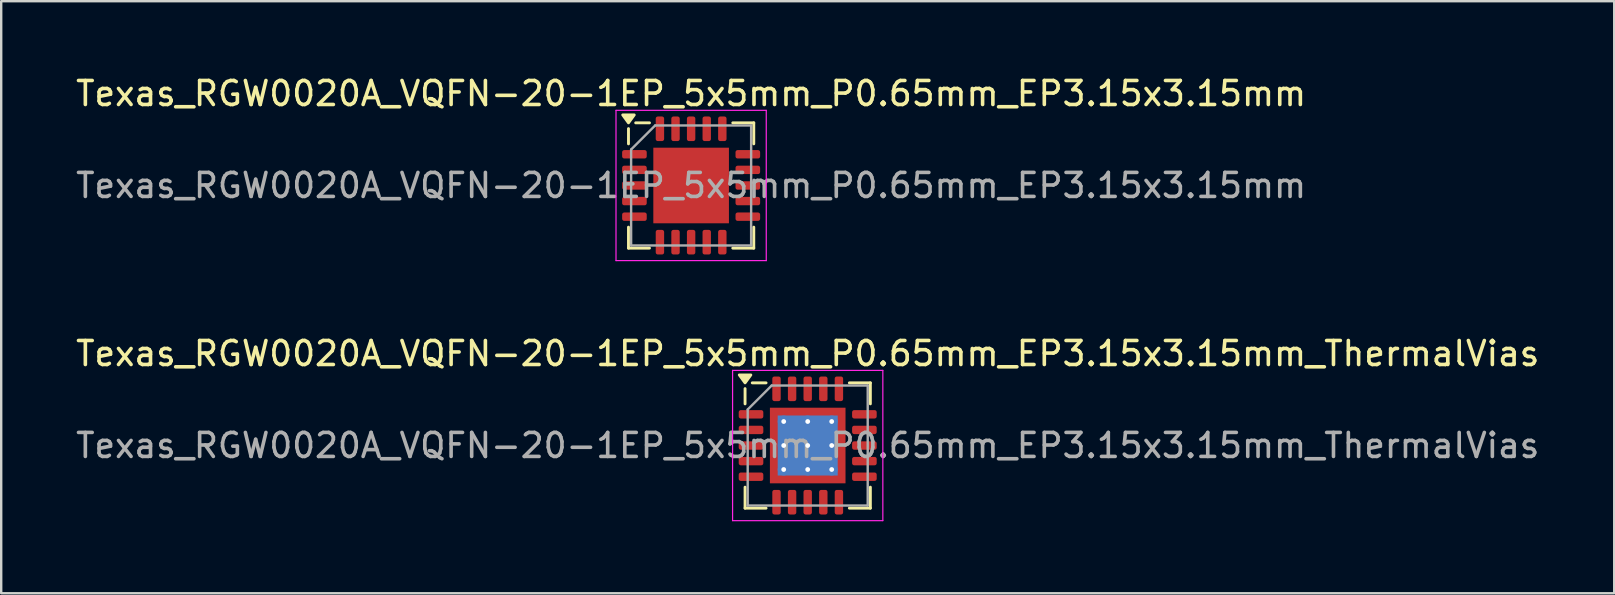
<source format=kicad_pcb>
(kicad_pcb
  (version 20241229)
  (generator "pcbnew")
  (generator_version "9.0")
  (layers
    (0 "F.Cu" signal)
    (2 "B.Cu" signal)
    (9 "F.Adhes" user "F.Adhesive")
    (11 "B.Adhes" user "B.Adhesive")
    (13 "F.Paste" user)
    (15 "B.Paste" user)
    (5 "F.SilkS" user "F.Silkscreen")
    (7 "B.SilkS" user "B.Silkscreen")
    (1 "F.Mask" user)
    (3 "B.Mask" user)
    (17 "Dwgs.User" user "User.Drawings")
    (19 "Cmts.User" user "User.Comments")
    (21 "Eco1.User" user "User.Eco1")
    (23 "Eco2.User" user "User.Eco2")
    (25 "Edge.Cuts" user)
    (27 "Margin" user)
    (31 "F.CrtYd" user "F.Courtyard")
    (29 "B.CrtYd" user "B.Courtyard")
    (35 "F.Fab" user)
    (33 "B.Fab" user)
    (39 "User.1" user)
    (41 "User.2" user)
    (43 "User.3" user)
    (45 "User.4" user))
  (footprint "Texas_RGW0020A_VQFN-20-1EP_5x5mm_P0.65mm_EP3.15x3.15mm"
    (layer "F.Cu")
    (at 25.744 4.678)
    (property "Reference" "Texas_RGW0020A_VQFN-20-1EP_5x5mm_P0.65mm_EP3.15x3.15mm" (at 0 -3.83 0) (layer "F.SilkS") (effects (font (size 1 1) (thickness 0.15))))
    (attr smd)
    (fp_line (start -2.61 -1.735) (end -2.61 -2.37) (stroke (width 0.12) (type solid)) (layer "F.SilkS"))
    (fp_line (start -2.61 2.61) (end -2.61 1.735) (stroke (width 0.12) (type solid)) (layer "F.SilkS"))
    (fp_line (start -1.735 -2.61) (end -2.31 -2.61) (stroke (width 0.12) (type solid)) (layer "F.SilkS"))
    (fp_line (start -1.735 2.61) (end -2.61 2.61) (stroke (width 0.12) (type solid)) (layer "F.SilkS"))
    (fp_line (start 1.735 -2.61) (end 2.61 -2.61) (stroke (width 0.12) (type solid)) (layer "F.SilkS"))
    (fp_line (start 1.735 2.61) (end 2.61 2.61) (stroke (width 0.12) (type solid)) (layer "F.SilkS"))
    (fp_line (start 2.61 -2.61) (end 2.61 -1.735) (stroke (width 0.12) (type solid)) (layer "F.SilkS"))
    (fp_line (start 2.61 2.61) (end 2.61 1.735) (stroke (width 0.12) (type solid)) (layer "F.SilkS"))
    (fp_poly (pts (xy -2.61 -2.61) (xy -2.85 -2.94) (xy -2.37 -2.94) (xy -2.61 -2.61)) (stroke (width 0.12) (type solid)) (fill yes) (layer "F.SilkS"))
    (fp_line (start -3.13 -3.13) (end -3.13 3.13) (stroke (width 0.05) (type solid)) (layer "F.CrtYd"))
    (fp_line (start -3.13 3.13) (end 3.13 3.13) (stroke (width 0.05) (type solid)) (layer "F.CrtYd"))
    (fp_line (start 3.13 -3.13) (end -3.13 -3.13) (stroke (width 0.05) (type solid)) (layer "F.CrtYd"))
    (fp_line (start 3.13 3.13) (end 3.13 -3.13) (stroke (width 0.05) (type solid)) (layer "F.CrtYd"))
    (fp_line (start -2.5 -1.5) (end -1.5 -2.5) (stroke (width 0.1) (type solid)) (layer "F.Fab"))
    (fp_line (start -2.5 2.5) (end -2.5 -1.5) (stroke (width 0.1) (type solid)) (layer "F.Fab"))
    (fp_line (start -1.5 -2.5) (end 2.5 -2.5) (stroke (width 0.1) (type solid)) (layer "F.Fab"))
    (fp_line (start 2.5 -2.5) (end 2.5 2.5) (stroke (width 0.1) (type solid)) (layer "F.Fab"))
    (fp_line (start 2.5 2.5) (end -2.5 2.5) (stroke (width 0.1) (type solid)) (layer "F.Fab"))
    (fp_text user "${REFERENCE}" (at 0 0 0) (layer "F.Fab") (effects (font (size 1 1) (thickness 0.15))))
    (pad "" smd roundrect (at -0.79 -0.79) (size 1.27 1.27) (layers "F.Paste") (roundrect_rratio 0.197))
    (pad "" smd roundrect (at -0.79 0.79) (size 1.27 1.27) (layers "F.Paste") (roundrect_rratio 0.197))
    (pad "" smd roundrect (at 0.79 -0.79) (size 1.27 1.27) (layers "F.Paste") (roundrect_rratio 0.197))
    (pad "" smd roundrect (at 0.79 0.79) (size 1.27 1.27) (layers "F.Paste") (roundrect_rratio 0.197))
    (pad "1" smd roundrect (at -2.362 -1.3) (size 1.025 0.35) (layers "F.Cu" "F.Mask" "F.Paste") (roundrect_rratio 0.25))
    (pad "2" smd roundrect (at -2.362 -0.65) (size 1.025 0.35) (layers "F.Cu" "F.Mask" "F.Paste") (roundrect_rratio 0.25))
    (pad "3" smd roundrect (at -2.362 0) (size 1.025 0.35) (layers "F.Cu" "F.Mask" "F.Paste") (roundrect_rratio 0.25))
    (pad "4" smd roundrect (at -2.362 0.65) (size 1.025 0.35) (layers "F.Cu" "F.Mask" "F.Paste") (roundrect_rratio 0.25))
    (pad "5" smd roundrect (at -2.362 1.3) (size 1.025 0.35) (layers "F.Cu" "F.Mask" "F.Paste") (roundrect_rratio 0.25))
    (pad "6" smd roundrect (at -1.3 2.362) (size 0.35 1.025) (layers "F.Cu" "F.Mask" "F.Paste") (roundrect_rratio 0.25))
    (pad "7" smd roundrect (at -0.65 2.362) (size 0.35 1.025) (layers "F.Cu" "F.Mask" "F.Paste") (roundrect_rratio 0.25))
    (pad "8" smd roundrect (at 0 2.362) (size 0.35 1.025) (layers "F.Cu" "F.Mask" "F.Paste") (roundrect_rratio 0.25))
    (pad "9" smd roundrect (at 0.65 2.362) (size 0.35 1.025) (layers "F.Cu" "F.Mask" "F.Paste") (roundrect_rratio 0.25))
    (pad "10" smd roundrect (at 1.3 2.362) (size 0.35 1.025) (layers "F.Cu" "F.Mask" "F.Paste") (roundrect_rratio 0.25))
    (pad "11" smd roundrect (at 2.362 1.3) (size 1.025 0.35) (layers "F.Cu" "F.Mask" "F.Paste") (roundrect_rratio 0.25))
    (pad "12" smd roundrect (at 2.362 0.65) (size 1.025 0.35) (layers "F.Cu" "F.Mask" "F.Paste") (roundrect_rratio 0.25))
    (pad "13" smd roundrect (at 2.362 0) (size 1.025 0.35) (layers "F.Cu" "F.Mask" "F.Paste") (roundrect_rratio 0.25))
    (pad "14" smd roundrect (at 2.362 -0.65) (size 1.025 0.35) (layers "F.Cu" "F.Mask" "F.Paste") (roundrect_rratio 0.25))
    (pad "15" smd roundrect (at 2.362 -1.3) (size 1.025 0.35) (layers "F.Cu" "F.Mask" "F.Paste") (roundrect_rratio 0.25))
    (pad "16" smd roundrect (at 1.3 -2.362) (size 0.35 1.025) (layers "F.Cu" "F.Mask" "F.Paste") (roundrect_rratio 0.25))
    (pad "17" smd roundrect (at 0.65 -2.362) (size 0.35 1.025) (layers "F.Cu" "F.Mask" "F.Paste") (roundrect_rratio 0.25))
    (pad "18" smd roundrect (at 0 -2.362) (size 0.35 1.025) (layers "F.Cu" "F.Mask" "F.Paste") (roundrect_rratio 0.25))
    (pad "19" smd roundrect (at -0.65 -2.362) (size 0.35 1.025) (layers "F.Cu" "F.Mask" "F.Paste") (roundrect_rratio 0.25))
    (pad "20" smd roundrect (at -1.3 -2.362) (size 0.35 1.025) (layers "F.Cu" "F.Mask" "F.Paste") (roundrect_rratio 0.25))
    (pad "21" smd rect (at 0 0) (size 3.15 3.15) (property pad_prop_heatsink) (layers "F.Cu" "F.Mask")))
  (footprint "Texas_RGW0020A_VQFN-20-1EP_5x5mm_P0.65mm_EP3.15x3.15mm_ThermalVias"
    (layer "F.Cu")
    (at 30.601 15.511)
    (property "Reference" "Texas_RGW0020A_VQFN-20-1EP_5x5mm_P0.65mm_EP3.15x3.15mm_ThermalVias" (at 0 -3.83 0) (layer "F.SilkS") (effects (font (size 1 1) (thickness 0.15))))
    (attr smd)
    (fp_line (start -2.61 -1.735) (end -2.61 -2.37) (stroke (width 0.12) (type solid)) (layer "F.SilkS"))
    (fp_line (start -2.61 2.61) (end -2.61 1.735) (stroke (width 0.12) (type solid)) (layer "F.SilkS"))
    (fp_line (start -1.735 -2.61) (end -2.31 -2.61) (stroke (width 0.12) (type solid)) (layer "F.SilkS"))
    (fp_line (start -1.735 2.61) (end -2.61 2.61) (stroke (width 0.12) (type solid)) (layer "F.SilkS"))
    (fp_line (start 1.735 -2.61) (end 2.61 -2.61) (stroke (width 0.12) (type solid)) (layer "F.SilkS"))
    (fp_line (start 1.735 2.61) (end 2.61 2.61) (stroke (width 0.12) (type solid)) (layer "F.SilkS"))
    (fp_line (start 2.61 -2.61) (end 2.61 -1.735) (stroke (width 0.12) (type solid)) (layer "F.SilkS"))
    (fp_line (start 2.61 2.61) (end 2.61 1.735) (stroke (width 0.12) (type solid)) (layer "F.SilkS"))
    (fp_poly (pts (xy -2.61 -2.61) (xy -2.85 -2.94) (xy -2.37 -2.94) (xy -2.61 -2.61)) (stroke (width 0.12) (type solid)) (fill yes) (layer "F.SilkS"))
    (fp_line (start -3.13 -3.13) (end -3.13 3.13) (stroke (width 0.05) (type solid)) (layer "F.CrtYd"))
    (fp_line (start -3.13 3.13) (end 3.13 3.13) (stroke (width 0.05) (type solid)) (layer "F.CrtYd"))
    (fp_line (start 3.13 -3.13) (end -3.13 -3.13) (stroke (width 0.05) (type solid)) (layer "F.CrtYd"))
    (fp_line (start 3.13 3.13) (end 3.13 -3.13) (stroke (width 0.05) (type solid)) (layer "F.CrtYd"))
    (fp_line (start -2.5 -1.5) (end -1.5 -2.5) (stroke (width 0.1) (type solid)) (layer "F.Fab"))
    (fp_line (start -2.5 2.5) (end -2.5 -1.5) (stroke (width 0.1) (type solid)) (layer "F.Fab"))
    (fp_line (start -1.5 -2.5) (end 2.5 -2.5) (stroke (width 0.1) (type solid)) (layer "F.Fab"))
    (fp_line (start 2.5 -2.5) (end 2.5 2.5) (stroke (width 0.1) (type solid)) (layer "F.Fab"))
    (fp_line (start 2.5 2.5) (end -2.5 2.5) (stroke (width 0.1) (type solid)) (layer "F.Fab"))
    (fp_text user "${REFERENCE}" (at 0 0 0) (layer "F.Fab") (effects (font (size 1 1) (thickness 0.15))))
    (pad "" smd custom (at -1.288 -1.288) (size 0.342 0.342) (layers "F.Paste") (options (anchor circle)) (primitives (gr_poly (pts (xy -0.116 -0.116) (xy 0.116 -0.116) (xy 0.116 0.012) (xy 0.012 0.116) (xy -0.116 0.116)) (width 0.232) (fill yes))))
    (pad "" smd custom (at -1.288 -0.5) (size 0.371 0.371) (layers "F.Paste") (options (anchor circle)) (primitives (gr_poly (pts (xy -0.14 -0.311) (xy 0.063 -0.311) (xy 0.14 -0.235) (xy 0.14 0.235) (xy 0.063 0.311) (xy -0.14 0.311)) (width 0.184) (fill yes))))
    (pad "" smd custom (at -1.288 0.5) (size 0.371 0.371) (layers "F.Paste") (options (anchor circle)) (primitives (gr_poly (pts (xy -0.14 -0.311) (xy 0.063 -0.311) (xy 0.14 -0.235) (xy 0.14 0.235) (xy 0.063 0.311) (xy -0.14 0.311)) (width 0.184) (fill yes))))
    (pad "" smd custom (at -1.288 1.288) (size 0.342 0.342) (layers "F.Paste") (options (anchor circle)) (primitives (gr_poly (pts (xy -0.116 -0.116) (xy 0.012 -0.116) (xy 0.116 -0.012) (xy 0.116 0.116) (xy -0.116 0.116)) (width 0.232) (fill yes))))
    (pad "" smd custom (at -0.5 -1.288) (size 0.371 0.371) (layers "F.Paste") (options (anchor circle)) (primitives (gr_poly (pts (xy -0.311 -0.14) (xy 0.311 -0.14) (xy 0.311 0.063) (xy 0.235 0.14) (xy -0.235 0.14) (xy -0.311 0.063)) (width 0.184) (fill yes))))
    (pad "" smd roundrect (at -0.5 -0.5) (size 0.806 0.806) (layers "F.Paste") (roundrect_rratio 0.25))
    (pad "" smd roundrect (at -0.5 0.5) (size 0.806 0.806) (layers "F.Paste") (roundrect_rratio 0.25))
    (pad "" smd custom (at -0.5 1.288) (size 0.371 0.371) (layers "F.Paste") (options (anchor circle)) (primitives (gr_poly (pts (xy -0.311 -0.063) (xy -0.235 -0.14) (xy 0.235 -0.14) (xy 0.311 -0.063) (xy 0.311 0.14) (xy -0.311 0.14)) (width 0.184) (fill yes))))
    (pad "" smd custom (at 0.5 -1.288) (size 0.371 0.371) (layers "F.Paste") (options (anchor circle)) (primitives (gr_poly (pts (xy -0.311 -0.14) (xy 0.311 -0.14) (xy 0.311 0.063) (xy 0.235 0.14) (xy -0.235 0.14) (xy -0.311 0.063)) (width 0.184) (fill yes))))
    (pad "" smd roundrect (at 0.5 -0.5) (size 0.806 0.806) (layers "F.Paste") (roundrect_rratio 0.25))
    (pad "" smd roundrect (at 0.5 0.5) (size 0.806 0.806) (layers "F.Paste") (roundrect_rratio 0.25))
    (pad "" smd custom (at 0.5 1.288) (size 0.371 0.371) (layers "F.Paste") (options (anchor circle)) (primitives (gr_poly (pts (xy -0.311 -0.063) (xy -0.235 -0.14) (xy 0.235 -0.14) (xy 0.311 -0.063) (xy 0.311 0.14) (xy -0.311 0.14)) (width 0.184) (fill yes))))
    (pad "" smd custom (at 1.288 -1.288) (size 0.342 0.342) (layers "F.Paste") (options (anchor circle)) (primitives (gr_poly (pts (xy -0.116 -0.116) (xy 0.116 -0.116) (xy 0.116 0.116) (xy -0.012 0.116) (xy -0.116 0.012)) (width 0.232) (fill yes))))
    (pad "" smd custom (at 1.288 -0.5) (size 0.371 0.371) (layers "F.Paste") (options (anchor circle)) (primitives (gr_poly (pts (xy -0.14 -0.235) (xy -0.063 -0.311) (xy 0.14 -0.311) (xy 0.14 0.311) (xy -0.063 0.311) (xy -0.14 0.235)) (width 0.184) (fill yes))))
    (pad "" smd custom (at 1.288 0.5) (size 0.371 0.371) (layers "F.Paste") (options (anchor circle)) (primitives (gr_poly (pts (xy -0.14 -0.235) (xy -0.063 -0.311) (xy 0.14 -0.311) (xy 0.14 0.311) (xy -0.063 0.311) (xy -0.14 0.235)) (width 0.184) (fill yes))))
    (pad "" smd custom (at 1.288 1.288) (size 0.342 0.342) (layers "F.Paste") (options (anchor circle)) (primitives (gr_poly (pts (xy -0.116 -0.012) (xy -0.012 -0.116) (xy 0.116 -0.116) (xy 0.116 0.116) (xy -0.116 0.116)) (width 0.232) (fill yes))))
    (pad "1" smd roundrect (at -2.362 -1.3) (size 1.025 0.35) (layers "F.Cu" "F.Mask" "F.Paste") (roundrect_rratio 0.25))
    (pad "2" smd roundrect (at -2.362 -0.65) (size 1.025 0.35) (layers "F.Cu" "F.Mask" "F.Paste") (roundrect_rratio 0.25))
    (pad "3" smd roundrect (at -2.362 0) (size 1.025 0.35) (layers "F.Cu" "F.Mask" "F.Paste") (roundrect_rratio 0.25))
    (pad "4" smd roundrect (at -2.362 0.65) (size 1.025 0.35) (layers "F.Cu" "F.Mask" "F.Paste") (roundrect_rratio 0.25))
    (pad "5" smd roundrect (at -2.362 1.3) (size 1.025 0.35) (layers "F.Cu" "F.Mask" "F.Paste") (roundrect_rratio 0.25))
    (pad "6" smd roundrect (at -1.3 2.362) (size 0.35 1.025) (layers "F.Cu" "F.Mask" "F.Paste") (roundrect_rratio 0.25))
    (pad "7" smd roundrect (at -0.65 2.362) (size 0.35 1.025) (layers "F.Cu" "F.Mask" "F.Paste") (roundrect_rratio 0.25))
    (pad "8" smd roundrect (at 0 2.362) (size 0.35 1.025) (layers "F.Cu" "F.Mask" "F.Paste") (roundrect_rratio 0.25))
    (pad "9" smd roundrect (at 0.65 2.362) (size 0.35 1.025) (layers "F.Cu" "F.Mask" "F.Paste") (roundrect_rratio 0.25))
    (pad "10" smd roundrect (at 1.3 2.362) (size 0.35 1.025) (layers "F.Cu" "F.Mask" "F.Paste") (roundrect_rratio 0.25))
    (pad "11" smd roundrect (at 2.362 1.3) (size 1.025 0.35) (layers "F.Cu" "F.Mask" "F.Paste") (roundrect_rratio 0.25))
    (pad "12" smd roundrect (at 2.362 0.65) (size 1.025 0.35) (layers "F.Cu" "F.Mask" "F.Paste") (roundrect_rratio 0.25))
    (pad "13" smd roundrect (at 2.362 0) (size 1.025 0.35) (layers "F.Cu" "F.Mask" "F.Paste") (roundrect_rratio 0.25))
    (pad "14" smd roundrect (at 2.362 -0.65) (size 1.025 0.35) (layers "F.Cu" "F.Mask" "F.Paste") (roundrect_rratio 0.25))
    (pad "15" smd roundrect (at 2.362 -1.3) (size 1.025 0.35) (layers "F.Cu" "F.Mask" "F.Paste") (roundrect_rratio 0.25))
    (pad "16" smd roundrect (at 1.3 -2.362) (size 0.35 1.025) (layers "F.Cu" "F.Mask" "F.Paste") (roundrect_rratio 0.25))
    (pad "17" smd roundrect (at 0.65 -2.362) (size 0.35 1.025) (layers "F.Cu" "F.Mask" "F.Paste") (roundrect_rratio 0.25))
    (pad "18" smd roundrect (at 0 -2.362) (size 0.35 1.025) (layers "F.Cu" "F.Mask" "F.Paste") (roundrect_rratio 0.25))
    (pad "19" smd roundrect (at -0.65 -2.362) (size 0.35 1.025) (layers "F.Cu" "F.Mask" "F.Paste") (roundrect_rratio 0.25))
    (pad "20" smd roundrect (at -1.3 -2.362) (size 0.35 1.025) (layers "F.Cu" "F.Mask" "F.Paste") (roundrect_rratio 0.25))
    (pad "21" thru_hole circle (at -1 -1) (size 0.5 0.5) (drill 0.2) (property pad_prop_heatsink) (layers "*.Cu"))
    (pad "21" thru_hole circle (at -1 0) (size 0.5 0.5) (drill 0.2) (property pad_prop_heatsink) (layers "*.Cu"))
    (pad "21" thru_hole circle (at -1 1) (size 0.5 0.5) (drill 0.2) (property pad_prop_heatsink) (layers "*.Cu"))
    (pad "21" thru_hole circle (at 0 -1) (size 0.5 0.5) (drill 0.2) (property pad_prop_heatsink) (layers "*.Cu"))
    (pad "21" thru_hole circle (at 0 0) (size 0.5 0.5) (drill 0.2) (property pad_prop_heatsink) (layers "*.Cu"))
    (pad "21" smd rect (at 0 0) (size 2.5 2.5) (property pad_prop_heatsink) (layers "B.Cu"))
    (pad "21" smd rect (at 0 0) (size 3.15 3.15) (property pad_prop_heatsink) (layers "F.Cu" "F.Mask"))
    (pad "21" thru_hole circle (at 0 1) (size 0.5 0.5) (drill 0.2) (property pad_prop_heatsink) (layers "*.Cu"))
    (pad "21" thru_hole circle (at 1 -1) (size 0.5 0.5) (drill 0.2) (property pad_prop_heatsink) (layers "*.Cu"))
    (pad "21" thru_hole circle (at 1 0) (size 0.5 0.5) (drill 0.2) (property pad_prop_heatsink) (layers "*.Cu"))
    (pad "21" thru_hole circle (at 1 1) (size 0.5 0.5) (drill 0.2) (property pad_prop_heatsink) (layers "*.Cu")))
  (gr_rect
    (start -3 -3)
    (end 64.202 21.666)
    (stroke (width 0.1) (type default))
    (fill no)
    (layer "Edge.Cuts")))
</source>
